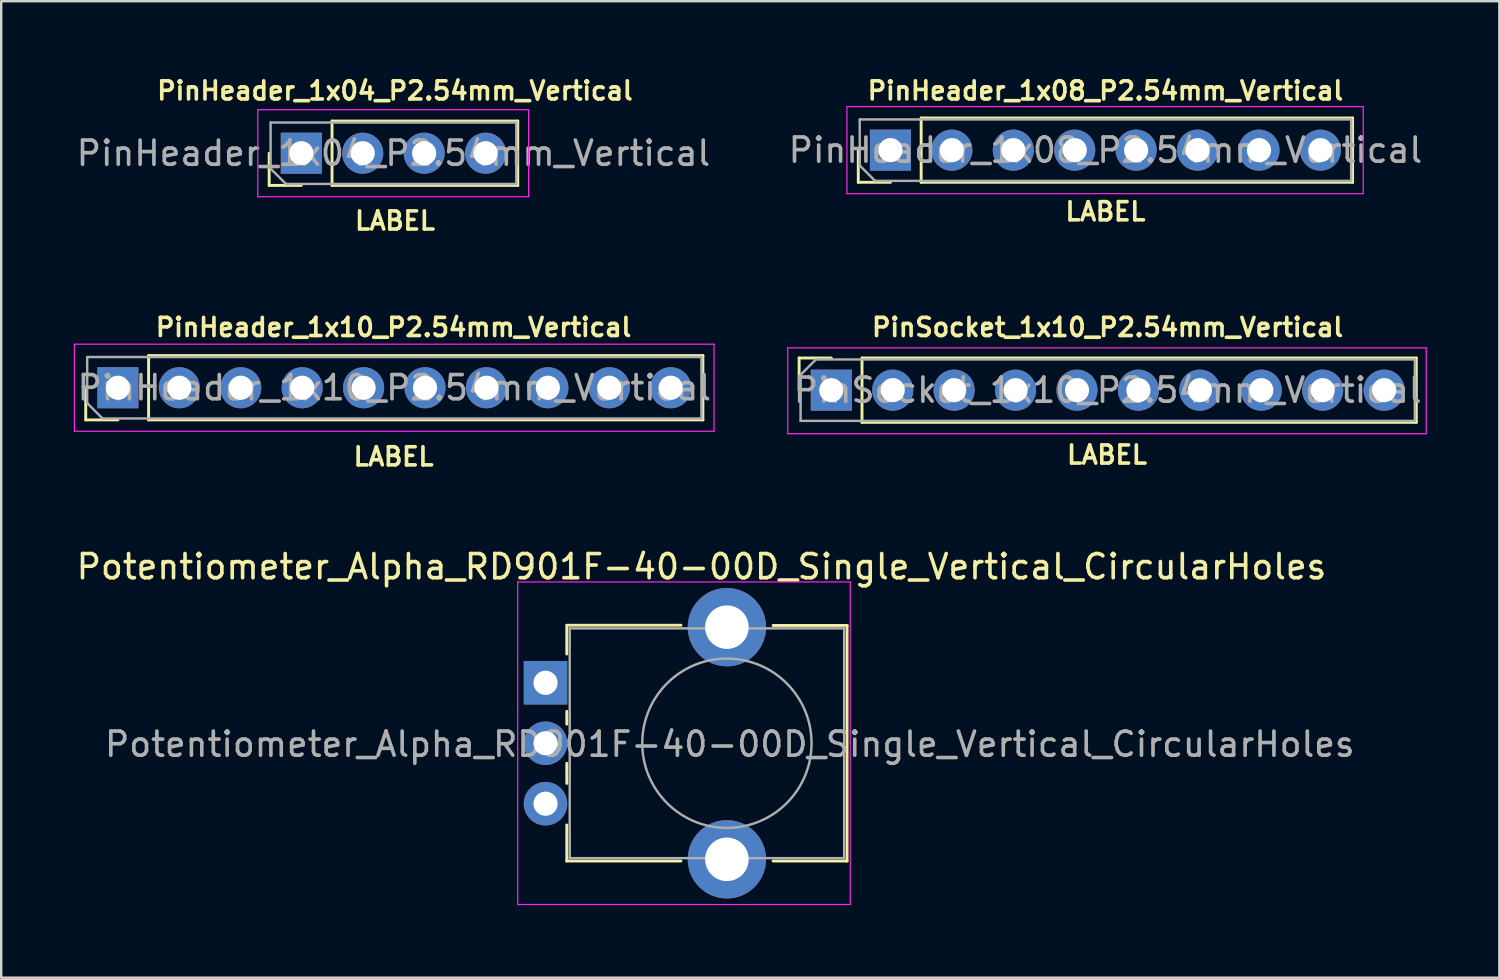
<source format=kicad_pcb>
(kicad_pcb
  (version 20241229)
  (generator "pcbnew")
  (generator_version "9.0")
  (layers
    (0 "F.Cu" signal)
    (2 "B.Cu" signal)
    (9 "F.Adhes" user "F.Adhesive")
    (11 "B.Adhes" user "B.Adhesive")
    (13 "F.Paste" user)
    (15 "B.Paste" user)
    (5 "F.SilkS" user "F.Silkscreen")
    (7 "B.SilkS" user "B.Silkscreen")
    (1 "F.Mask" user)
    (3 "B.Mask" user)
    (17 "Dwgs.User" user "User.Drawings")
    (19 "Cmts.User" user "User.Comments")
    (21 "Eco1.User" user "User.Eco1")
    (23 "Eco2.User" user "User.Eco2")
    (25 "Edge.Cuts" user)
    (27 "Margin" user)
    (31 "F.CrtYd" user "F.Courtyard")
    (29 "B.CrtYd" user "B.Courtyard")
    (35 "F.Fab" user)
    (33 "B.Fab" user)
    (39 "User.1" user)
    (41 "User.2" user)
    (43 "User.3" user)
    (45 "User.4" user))
  (footprint "PinSocket_1x10_P2.54mm_Vertical"
    (layer "F.Cu")
    (at 42.75 13.084)
    (property "Reference" "PinSocket_1x10_P2.54mm_Vertical" (at 0 -2.6 180) (layer "F.SilkS") (effects (font (size 0.75 0.75) (thickness 0.15))))
    (attr through_hole)
    (fp_line (start -12.755 -1.33) (end -11.425 -1.33) (stroke (width 0.12) (type solid)) (layer "F.SilkS"))
    (fp_line (start -12.755 0) (end -12.755 -1.33) (stroke (width 0.12) (type solid)) (layer "F.SilkS"))
    (fp_line (start -10.155 -1.33) (end 12.765 -1.33) (stroke (width 0.12) (type solid)) (layer "F.SilkS"))
    (fp_line (start -10.155 1.33) (end -10.155 -1.33) (stroke (width 0.12) (type solid)) (layer "F.SilkS"))
    (fp_line (start -10.155 1.33) (end 12.765 1.33) (stroke (width 0.12) (type solid)) (layer "F.SilkS"))
    (fp_line (start 12.765 1.33) (end 12.765 -1.33) (stroke (width 0.12) (type solid)) (layer "F.SilkS"))
    (fp_line (start -13.225 -1.75) (end 13.175 -1.75) (stroke (width 0.05) (type solid)) (layer "F.CrtYd"))
    (fp_line (start -13.225 1.8) (end -13.225 -1.75) (stroke (width 0.05) (type solid)) (layer "F.CrtYd"))
    (fp_line (start 13.175 -1.75) (end 13.175 1.8) (stroke (width 0.05) (type solid)) (layer "F.CrtYd"))
    (fp_line (start 13.175 1.8) (end -13.225 1.8) (stroke (width 0.05) (type solid)) (layer "F.CrtYd"))
    (fp_line (start -12.695 -0.635) (end -12.06 -1.27) (stroke (width 0.1) (type solid)) (layer "F.Fab"))
    (fp_line (start -12.695 1.27) (end -12.695 -0.635) (stroke (width 0.1) (type solid)) (layer "F.Fab"))
    (fp_line (start -12.06 -1.27) (end 12.705 -1.27) (stroke (width 0.1) (type solid)) (layer "F.Fab"))
    (fp_line (start 12.705 -1.27) (end 12.705 1.27) (stroke (width 0.1) (type solid)) (layer "F.Fab"))
    (fp_line (start 12.705 1.27) (end -12.695 1.27) (stroke (width 0.1) (type solid)) (layer "F.Fab"))
    (fp_text user "LABEL" (at -0.025 2.675 0) (layer "F.SilkS") (effects (font (size 0.75 0.75) (thickness 0.15))))
    (fp_text user "${REFERENCE}" (at 0.005 0 180) (layer "F.Fab") (effects (font (size 1 1) (thickness 0.15))))
    (pad "1" thru_hole rect (at -11.425 0 90) (size 1.7 1.7) (drill 1) (layers "*.Cu" "*.Mask"))
    (pad "2" thru_hole oval (at -8.885 0 90) (size 1.7 1.7) (drill 1) (layers "*.Cu" "*.Mask"))
    (pad "3" thru_hole oval (at -6.345 0 90) (size 1.7 1.7) (drill 1) (layers "*.Cu" "*.Mask"))
    (pad "4" thru_hole oval (at -3.805 0 90) (size 1.7 1.7) (drill 1) (layers "*.Cu" "*.Mask"))
    (pad "5" thru_hole oval (at -1.265 0 90) (size 1.7 1.7) (drill 1) (layers "*.Cu" "*.Mask"))
    (pad "6" thru_hole oval (at 1.275 0 90) (size 1.7 1.7) (drill 1) (layers "*.Cu" "*.Mask"))
    (pad "7" thru_hole oval (at 3.815 0 90) (size 1.7 1.7) (drill 1) (layers "*.Cu" "*.Mask"))
    (pad "8" thru_hole oval (at 6.355 0 90) (size 1.7 1.7) (drill 1) (layers "*.Cu" "*.Mask"))
    (pad "9" thru_hole oval (at 8.895 0 90) (size 1.7 1.7) (drill 1) (layers "*.Cu" "*.Mask"))
    (pad "10" thru_hole oval (at 11.435 0 90) (size 1.7 1.7) (drill 1) (layers "*.Cu" "*.Mask")))
  (footprint "PinHeader_1x04_P2.54mm_Vertical"
    (layer "F.Cu")
    (at 13.283 3.032)
    (property "Reference" "PinHeader_1x04_P2.54mm_Vertical" (at 0 -2.33 0) (layer "F.SilkS") (effects (font (size 0.75 0.75) (thickness 0.15))))
    (attr through_hole)
    (fp_line (start -5.203 1.584) (end -5.203 0.254) (stroke (width 0.12) (type solid)) (layer "F.SilkS"))
    (fp_line (start -3.873 1.584) (end -5.203 1.584) (stroke (width 0.12) (type solid)) (layer "F.SilkS"))
    (fp_line (start -2.603 -1.076) (end 5.077 -1.076) (stroke (width 0.12) (type solid)) (layer "F.SilkS"))
    (fp_line (start -2.603 1.584) (end -2.603 -1.076) (stroke (width 0.12) (type solid)) (layer "F.SilkS"))
    (fp_line (start -2.603 1.584) (end 5.077 1.584) (stroke (width 0.12) (type solid)) (layer "F.SilkS"))
    (fp_line (start 5.077 1.584) (end 5.077 -1.076) (stroke (width 0.12) (type solid)) (layer "F.SilkS"))
    (fp_line (start -5.673 -1.546) (end -5.673 2.054) (stroke (width 0.05) (type solid)) (layer "F.CrtYd"))
    (fp_line (start -5.673 2.054) (end 5.527 2.054) (stroke (width 0.05) (type solid)) (layer "F.CrtYd"))
    (fp_line (start 5.527 -1.546) (end -5.673 -1.546) (stroke (width 0.05) (type solid)) (layer "F.CrtYd"))
    (fp_line (start 5.527 2.054) (end 5.527 -1.546) (stroke (width 0.05) (type solid)) (layer "F.CrtYd"))
    (fp_line (start -5.143 -1.016) (end 5.017 -1.016) (stroke (width 0.1) (type solid)) (layer "F.Fab"))
    (fp_line (start -5.143 0.889) (end -5.143 -1.016) (stroke (width 0.1) (type solid)) (layer "F.Fab"))
    (fp_line (start -4.508 1.524) (end -5.143 0.889) (stroke (width 0.1) (type solid)) (layer "F.Fab"))
    (fp_line (start 5.017 -1.016) (end 5.017 1.524) (stroke (width 0.1) (type solid)) (layer "F.Fab"))
    (fp_line (start 5.017 1.524) (end -4.508 1.524) (stroke (width 0.1) (type solid)) (layer "F.Fab"))
    (fp_text user "LABEL" (at 0 3.048 0) (layer "F.SilkS") (effects (font (size 0.75 0.75) (thickness 0.15))))
    (fp_text user "${REFERENCE}" (at -0.063 0.254 180) (layer "F.Fab") (effects (font (size 1 1) (thickness 0.15))))
    (pad "1" thru_hole rect (at -3.873 0.254 90) (size 1.7 1.7) (drill 1) (layers "*.Cu" "*.Mask"))
    (pad "2" thru_hole oval (at -1.333 0.254 90) (size 1.7 1.7) (drill 1) (layers "*.Cu" "*.Mask"))
    (pad "3" thru_hole oval (at 1.207 0.254 90) (size 1.7 1.7) (drill 1) (layers "*.Cu" "*.Mask"))
    (pad "4" thru_hole oval (at 3.747 0.254 90) (size 1.7 1.7) (drill 1) (layers "*.Cu" "*.Mask")))
  (footprint "PinHeader_1x10_P2.54mm_Vertical"
    (layer "F.Cu")
    (at 13.225 12.984)
    (property "Reference" "PinHeader_1x10_P2.54mm_Vertical" (at 0 -2.5 180) (layer "F.SilkS") (effects (font (size 0.75 0.75) (thickness 0.15))))
    (attr through_hole)
    (fp_line (start -12.73 1.33) (end -12.73 0) (stroke (width 0.12) (type solid)) (layer "F.SilkS"))
    (fp_line (start -11.4 1.33) (end -12.73 1.33) (stroke (width 0.12) (type solid)) (layer "F.SilkS"))
    (fp_line (start -10.13 -1.33) (end 12.79 -1.33) (stroke (width 0.12) (type solid)) (layer "F.SilkS"))
    (fp_line (start -10.13 1.33) (end -10.13 -1.33) (stroke (width 0.12) (type solid)) (layer "F.SilkS"))
    (fp_line (start -10.13 1.33) (end 12.79 1.33) (stroke (width 0.12) (type solid)) (layer "F.SilkS"))
    (fp_line (start 12.79 1.33) (end 12.79 -1.33) (stroke (width 0.12) (type solid)) (layer "F.SilkS"))
    (fp_line (start -13.2 -1.8) (end -13.2 1.8) (stroke (width 0.05) (type solid)) (layer "F.CrtYd"))
    (fp_line (start -13.2 1.8) (end 13.25 1.8) (stroke (width 0.05) (type solid)) (layer "F.CrtYd"))
    (fp_line (start 13.25 -1.8) (end -13.2 -1.8) (stroke (width 0.05) (type solid)) (layer "F.CrtYd"))
    (fp_line (start 13.25 1.8) (end 13.25 -1.8) (stroke (width 0.05) (type solid)) (layer "F.CrtYd"))
    (fp_line (start -12.67 -1.27) (end 12.73 -1.27) (stroke (width 0.1) (type solid)) (layer "F.Fab"))
    (fp_line (start -12.67 0.635) (end -12.67 -1.27) (stroke (width 0.1) (type solid)) (layer "F.Fab"))
    (fp_line (start -12.035 1.27) (end -12.67 0.635) (stroke (width 0.1) (type solid)) (layer "F.Fab"))
    (fp_line (start 12.73 -1.27) (end 12.73 1.27) (stroke (width 0.1) (type solid)) (layer "F.Fab"))
    (fp_line (start 12.73 1.27) (end -12.035 1.27) (stroke (width 0.1) (type solid)) (layer "F.Fab"))
    (fp_text user "LABEL" (at 0 2.85 180) (layer "F.SilkS") (effects (font (size 0.75 0.75) (thickness 0.15))))
    (fp_text user "${REFERENCE}" (at 0.03 0 180) (layer "F.Fab") (effects (font (size 1 1) (thickness 0.15))))
    (pad "1" thru_hole rect (at -11.4 0 90) (size 1.7 1.7) (drill 1) (layers "*.Cu" "*.Mask"))
    (pad "2" thru_hole oval (at -8.86 0 90) (size 1.7 1.7) (drill 1) (layers "*.Cu" "*.Mask"))
    (pad "3" thru_hole oval (at -6.32 0 90) (size 1.7 1.7) (drill 1) (layers "*.Cu" "*.Mask"))
    (pad "4" thru_hole oval (at -3.78 0 90) (size 1.7 1.7) (drill 1) (layers "*.Cu" "*.Mask"))
    (pad "5" thru_hole oval (at -1.24 0 90) (size 1.7 1.7) (drill 1) (layers "*.Cu" "*.Mask"))
    (pad "6" thru_hole oval (at 1.3 0 90) (size 1.7 1.7) (drill 1) (layers "*.Cu" "*.Mask"))
    (pad "7" thru_hole oval (at 3.84 0 90) (size 1.7 1.7) (drill 1) (layers "*.Cu" "*.Mask"))
    (pad "8" thru_hole oval (at 6.38 0 90) (size 1.7 1.7) (drill 1) (layers "*.Cu" "*.Mask"))
    (pad "9" thru_hole oval (at 8.92 0 90) (size 1.7 1.7) (drill 1) (layers "*.Cu" "*.Mask"))
    (pad "10" thru_hole oval (at 11.46 0 90) (size 1.7 1.7) (drill 1) (layers "*.Cu" "*.Mask")))
  (footprint "Potentiometer_Alpha_RD901F-40-00D_Single_Vertical_CircularHoles"
    (layer "F.Cu")
    (at 19.508 25.184)
    (property "Reference" "Potentiometer_Alpha_RD901F-40-00D_Single_Vertical_CircularHoles" (at 6.45 -4.8 180) (layer "F.SilkS") (effects (font (size 1 1) (thickness 0.15))))
    (attr through_hole)
    (fp_line (start 0.88 -2.38) (end 5.6 -2.38) (stroke (width 0.12) (type solid)) (layer "F.SilkS"))
    (fp_line (start 0.88 -1.19) (end 0.88 -2.37) (stroke (width 0.12) (type solid)) (layer "F.SilkS"))
    (fp_line (start 0.88 1.71) (end 0.88 1.18) (stroke (width 0.12) (type solid)) (layer "F.SilkS"))
    (fp_line (start 0.88 4.16) (end 0.88 3.33) (stroke (width 0.12) (type solid)) (layer "F.SilkS"))
    (fp_line (start 0.88 7.37) (end 0.88 5.88) (stroke (width 0.12) (type solid)) (layer "F.SilkS"))
    (fp_line (start 0.88 7.37) (end 5.6 7.37) (stroke (width 0.12) (type solid)) (layer "F.SilkS"))
    (fp_line (start 9.41 -2.37) (end 12.47 -2.37) (stroke (width 0.12) (type solid)) (layer "F.SilkS"))
    (fp_line (start 9.41 7.37) (end 12.47 7.37) (stroke (width 0.12) (type solid)) (layer "F.SilkS"))
    (fp_line (start 12.47 7.37) (end 12.47 -2.37) (stroke (width 0.12) (type solid)) (layer "F.SilkS"))
    (fp_line (start -1.15 -4.17) (end -1.15 9.17) (stroke (width 0.05) (type solid)) (layer "F.CrtYd"))
    (fp_line (start -1.15 9.17) (end 12.6 9.17) (stroke (width 0.05) (type solid)) (layer "F.CrtYd"))
    (fp_line (start 12.6 -4.17) (end -1.15 -4.17) (stroke (width 0.05) (type solid)) (layer "F.CrtYd"))
    (fp_line (start 12.6 9.17) (end 12.6 -4.17) (stroke (width 0.05) (type solid)) (layer "F.CrtYd"))
    (fp_line (start 1 -2.25) (end 12.35 -2.25) (stroke (width 0.1) (type solid)) (layer "F.Fab"))
    (fp_line (start 1 7.25) (end 1 -2.25) (stroke (width 0.1) (type solid)) (layer "F.Fab"))
    (fp_line (start 1 7.25) (end 12.35 7.25) (stroke (width 0.1) (type solid)) (layer "F.Fab"))
    (fp_line (start 12.35 7.25) (end 12.35 -2.25) (stroke (width 0.1) (type solid)) (layer "F.Fab"))
    (fp_circle (center 7.5 2.5) (end 7.5 -1) (stroke (width 0.1) (type solid)) (fill no) (layer "F.Fab"))
    (fp_text user "${REFERENCE}" (at 7.62 2.54 0) (layer "F.Fab") (effects (font (size 1 1) (thickness 0.15))))
    (pad "" thru_hole circle (at 7.5 -2.3 90) (size 3.24 3.24) (drill 1.8) (layers "*.Cu" "*.Mask"))
    (pad "" thru_hole circle (at 7.5 7.3 90) (size 3.24 3.24) (drill 1.8) (layers "*.Cu" "*.Mask"))
    (pad "1" thru_hole rect (at 0 0 90) (size 1.8 1.8) (drill 1) (layers "*.Cu" "*.Mask"))
    (pad "2" thru_hole circle (at 0 2.5 90) (size 1.8 1.8) (drill 1) (layers "*.Cu" "*.Mask"))
    (pad "3" thru_hole circle (at 0 5 90) (size 1.8 1.8) (drill 1) (layers "*.Cu" "*.Mask")))
  (footprint "PinHeader_1x08_P2.54mm_Vertical"
    (layer "F.Cu")
    (at 42.661 3.032)
    (property "Reference" "PinHeader_1x08_P2.54mm_Vertical" (at 0 -2.33 0) (layer "F.SilkS") (effects (font (size 0.75 0.75) (thickness 0.15))))
    (attr through_hole)
    (fp_line (start -10.22 1.457) (end -10.22 0.127) (stroke (width 0.12) (type solid)) (layer "F.SilkS"))
    (fp_line (start -8.89 1.457) (end -10.22 1.457) (stroke (width 0.12) (type solid)) (layer "F.SilkS"))
    (fp_line (start -7.62 -1.203) (end 10.22 -1.203) (stroke (width 0.12) (type solid)) (layer "F.SilkS"))
    (fp_line (start -7.62 1.457) (end -7.62 -1.203) (stroke (width 0.12) (type solid)) (layer "F.SilkS"))
    (fp_line (start -7.62 1.457) (end 10.22 1.457) (stroke (width 0.12) (type solid)) (layer "F.SilkS"))
    (fp_line (start 10.22 1.457) (end 10.22 -1.203) (stroke (width 0.12) (type solid)) (layer "F.SilkS"))
    (fp_line (start -10.69 -1.673) (end -10.69 1.927) (stroke (width 0.05) (type solid)) (layer "F.CrtYd"))
    (fp_line (start -10.69 1.927) (end 10.66 1.927) (stroke (width 0.05) (type solid)) (layer "F.CrtYd"))
    (fp_line (start 10.66 -1.673) (end -10.69 -1.673) (stroke (width 0.05) (type solid)) (layer "F.CrtYd"))
    (fp_line (start 10.66 1.927) (end 10.66 -1.673) (stroke (width 0.05) (type solid)) (layer "F.CrtYd"))
    (fp_line (start -10.16 -1.143) (end 10.16 -1.143) (stroke (width 0.1) (type solid)) (layer "F.Fab"))
    (fp_line (start -10.16 0.762) (end -10.16 -1.143) (stroke (width 0.1) (type solid)) (layer "F.Fab"))
    (fp_line (start -9.525 1.397) (end -10.16 0.762) (stroke (width 0.1) (type solid)) (layer "F.Fab"))
    (fp_line (start 10.16 -1.143) (end 10.16 1.397) (stroke (width 0.1) (type solid)) (layer "F.Fab"))
    (fp_line (start 10.16 1.397) (end -9.525 1.397) (stroke (width 0.1) (type solid)) (layer "F.Fab"))
    (fp_text user "LABEL" (at 0 2.667 0) (layer "F.SilkS") (effects (font (size 0.75 0.75) (thickness 0.15))))
    (fp_text user "${REFERENCE}" (at 0 0.127 180) (layer "F.Fab") (effects (font (size 1 1) (thickness 0.15))))
    (pad "1" thru_hole rect (at -8.89 0.127 90) (size 1.7 1.7) (drill 1) (layers "*.Cu" "*.Mask"))
    (pad "2" thru_hole oval (at -6.35 0.127 90) (size 1.7 1.7) (drill 1) (layers "*.Cu" "*.Mask"))
    (pad "3" thru_hole oval (at -3.81 0.127 90) (size 1.7 1.7) (drill 1) (layers "*.Cu" "*.Mask"))
    (pad "4" thru_hole oval (at -1.27 0.127 90) (size 1.7 1.7) (drill 1) (layers "*.Cu" "*.Mask"))
    (pad "5" thru_hole oval (at 1.27 0.127 90) (size 1.7 1.7) (drill 1) (layers "*.Cu" "*.Mask"))
    (pad "6" thru_hole oval (at 3.81 0.127 90) (size 1.7 1.7) (drill 1) (layers "*.Cu" "*.Mask"))
    (pad "7" thru_hole oval (at 6.35 0.127 90) (size 1.7 1.7) (drill 1) (layers "*.Cu" "*.Mask"))
    (pad "8" thru_hole oval (at 8.89 0.127 90) (size 1.7 1.7) (drill 1) (layers "*.Cu" "*.Mask")))
  (gr_rect
    (start -3 -3)
    (end 58.95 37.379)
    (stroke (width 0.1) (type default))
    (fill no)
    (layer "Edge.Cuts")))
</source>
